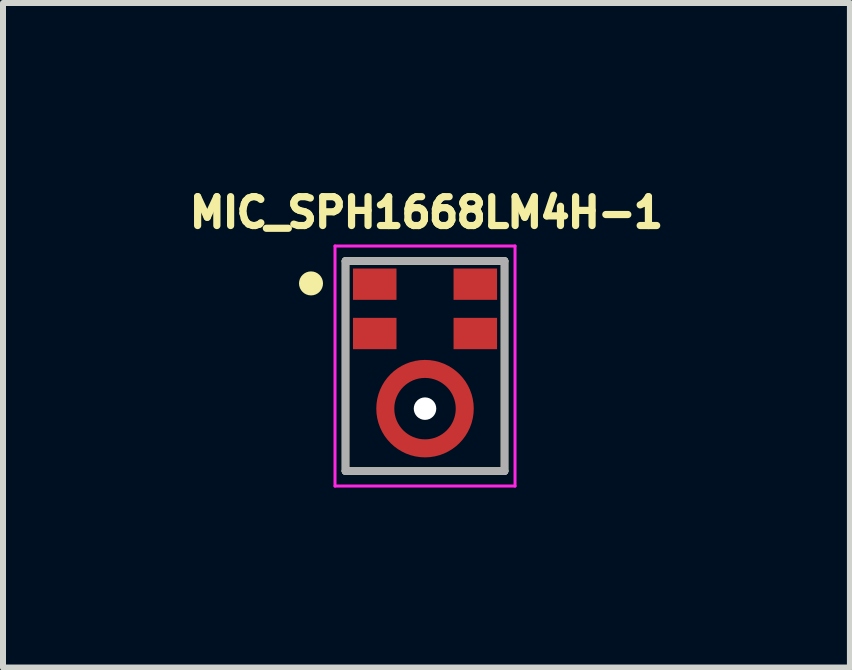
<source format=kicad_pcb>
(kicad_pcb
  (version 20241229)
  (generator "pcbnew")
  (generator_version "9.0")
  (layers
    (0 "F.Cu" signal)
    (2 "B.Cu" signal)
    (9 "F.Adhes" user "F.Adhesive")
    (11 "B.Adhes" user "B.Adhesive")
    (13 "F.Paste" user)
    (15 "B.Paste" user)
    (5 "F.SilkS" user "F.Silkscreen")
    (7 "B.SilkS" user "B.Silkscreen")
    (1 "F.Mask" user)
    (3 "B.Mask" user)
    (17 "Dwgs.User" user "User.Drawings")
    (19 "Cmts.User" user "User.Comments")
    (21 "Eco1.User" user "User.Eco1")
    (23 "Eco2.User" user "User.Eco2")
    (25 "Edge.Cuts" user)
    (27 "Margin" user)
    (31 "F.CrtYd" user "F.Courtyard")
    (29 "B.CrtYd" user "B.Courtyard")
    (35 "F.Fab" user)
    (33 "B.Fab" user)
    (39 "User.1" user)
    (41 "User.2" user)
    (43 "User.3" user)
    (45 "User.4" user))
  (footprint "MIC_SPH1668LM4H-1"
    (layer "F.Cu")
    (at 4.033 3.05)
    (property "Reference" "MIC_SPH1668LM4H-1" (at 0.024 -2.558 0) (layer "F.SilkS") (effects (font (size 0.481 0.481) (thickness 0.12))))
    (attr smd)
    (fp_circle (center 0 0.71) (end 0.662 0.71) (stroke (width 0.3) (type solid)) (fill no) (layer "F.Cu"))
    (fp_line (start -1.325 -1.75) (end -1.325 1.75) (stroke (width 0.127) (type solid)) (layer "F.SilkS"))
    (fp_line (start -1.325 1.75) (end 1.325 1.75) (stroke (width 0.127) (type solid)) (layer "F.SilkS"))
    (fp_line (start 1.325 -1.75) (end -1.325 -1.75) (stroke (width 0.127) (type solid)) (layer "F.SilkS"))
    (fp_line (start 1.325 1.75) (end 1.325 -1.75) (stroke (width 0.127) (type solid)) (layer "F.SilkS"))
    (fp_circle (center -1.9 -1.377) (end -1.8 -1.377) (stroke (width 0.2) (type solid)) (fill no) (layer "F.SilkS"))
    (fp_poly (pts (xy -0.396 1.035) (xy -0.409 1.019) (xy -0.423 0.999) (xy -0.436 0.98) (xy -0.448 0.959) (xy -0.459 0.938) (xy -0.47 0.917) (xy -0.479 0.895) (xy -0.487 0.873) (xy -0.494 0.85) (xy -0.5 0.827) (xy -0.505 0.804) (xy -0.509 0.781) (xy -0.511 0.757) (xy -0.513 0.734) (xy -0.514 0.71) (xy -0.513 0.686) (xy -0.511 0.663) (xy -0.509 0.639) (xy -0.505 0.616) (xy -0.5 0.593) (xy -0.494 0.57) (xy -0.487 0.547) (xy -0.479 0.525) (xy -0.47 0.503) (xy -0.459 0.482) (xy -0.448 0.461) (xy -0.436 0.44) (xy -0.423 0.421) (xy -0.409 0.401) (xy -0.396 0.385) (xy -0.608 0.173) (xy -0.633 0.202) (xy -0.657 0.233) (xy -0.68 0.265) (xy -0.701 0.298) (xy -0.72 0.333) (xy -0.738 0.368) (xy -0.753 0.404) (xy -0.768 0.44) (xy -0.78 0.478) (xy -0.79 0.516) (xy -0.799 0.554) (xy -0.806 0.593) (xy -0.81 0.632) (xy -0.813 0.671) (xy -0.814 0.71) (xy -0.813 0.749) (xy -0.81 0.788) (xy -0.806 0.827) (xy -0.799 0.866) (xy -0.79 0.904) (xy -0.78 0.942) (xy -0.768 0.98) (xy -0.753 1.016) (xy -0.738 1.052) (xy -0.72 1.087) (xy -0.701 1.122) (xy -0.68 1.155) (xy -0.657 1.187) (xy -0.633 1.218) (xy -0.608 1.247) (xy -0.396 1.035) (xy -0.396 1.035)) (stroke (width 0.001) (type solid)) (fill yes) (layer "F.Paste"))
    (fp_poly (pts (xy -0.325 0.314) (xy -0.309 0.301) (xy -0.289 0.287) (xy -0.27 0.274) (xy -0.249 0.262) (xy -0.228 0.251) (xy -0.207 0.24) (xy -0.185 0.231) (xy -0.163 0.223) (xy -0.14 0.216) (xy -0.117 0.21) (xy -0.094 0.205) (xy -0.071 0.201) (xy -0.047 0.199) (xy -0.024 0.197) (xy 0 0.196) (xy 0.024 0.197) (xy 0.047 0.199) (xy 0.071 0.201) (xy 0.094 0.205) (xy 0.117 0.21) (xy 0.14 0.216) (xy 0.163 0.223) (xy 0.185 0.231) (xy 0.207 0.24) (xy 0.228 0.251) (xy 0.249 0.262) (xy 0.27 0.274) (xy 0.289 0.287) (xy 0.309 0.301) (xy 0.325 0.314) (xy 0.537 0.102) (xy 0.508 0.077) (xy 0.477 0.053) (xy 0.445 0.03) (xy 0.412 0.009) (xy 0.377 -0.01) (xy 0.342 -0.028) (xy 0.306 -0.043) (xy 0.27 -0.058) (xy 0.232 -0.07) (xy 0.194 -0.08) (xy 0.156 -0.089) (xy 0.117 -0.096) (xy 0.078 -0.1) (xy 0.039 -0.103) (xy 0 -0.104) (xy -0.039 -0.103) (xy -0.078 -0.1) (xy -0.117 -0.096) (xy -0.156 -0.089) (xy -0.194 -0.08) (xy -0.232 -0.07) (xy -0.27 -0.058) (xy -0.306 -0.043) (xy -0.342 -0.028) (xy -0.377 -0.01) (xy -0.412 0.009) (xy -0.445 0.03) (xy -0.477 0.053) (xy -0.508 0.077) (xy -0.537 0.102) (xy -0.325 0.314) (xy -0.325 0.314)) (stroke (width 0.001) (type solid)) (fill yes) (layer "F.Paste"))
    (fp_poly (pts (xy 0.325 1.106) (xy 0.309 1.119) (xy 0.289 1.133) (xy 0.27 1.146) (xy 0.249 1.158) (xy 0.228 1.169) (xy 0.207 1.18) (xy 0.185 1.189) (xy 0.163 1.197) (xy 0.14 1.204) (xy 0.117 1.21) (xy 0.094 1.215) (xy 0.071 1.219) (xy 0.047 1.221) (xy 0.024 1.223) (xy 0 1.224) (xy -0.024 1.223) (xy -0.047 1.221) (xy -0.071 1.219) (xy -0.094 1.215) (xy -0.117 1.21) (xy -0.14 1.204) (xy -0.163 1.197) (xy -0.185 1.189) (xy -0.207 1.18) (xy -0.228 1.169) (xy -0.249 1.158) (xy -0.27 1.146) (xy -0.289 1.133) (xy -0.309 1.119) (xy -0.325 1.106) (xy -0.537 1.318) (xy -0.508 1.343) (xy -0.477 1.367) (xy -0.445 1.39) (xy -0.412 1.411) (xy -0.377 1.43) (xy -0.342 1.448) (xy -0.306 1.463) (xy -0.27 1.478) (xy -0.232 1.49) (xy -0.194 1.5) (xy -0.156 1.509) (xy -0.117 1.516) (xy -0.078 1.52) (xy -0.039 1.523) (xy 0 1.524) (xy 0.039 1.523) (xy 0.078 1.52) (xy 0.117 1.516) (xy 0.156 1.509) (xy 0.194 1.5) (xy 0.232 1.49) (xy 0.27 1.478) (xy 0.306 1.463) (xy 0.342 1.448) (xy 0.377 1.43) (xy 0.412 1.411) (xy 0.445 1.39) (xy 0.477 1.367) (xy 0.508 1.343) (xy 0.537 1.318) (xy 0.325 1.106) (xy 0.325 1.106)) (stroke (width 0.001) (type solid)) (fill yes) (layer "F.Paste"))
    (fp_poly (pts (xy 0.396 0.385) (xy 0.409 0.401) (xy 0.423 0.421) (xy 0.436 0.44) (xy 0.448 0.461) (xy 0.459 0.482) (xy 0.47 0.503) (xy 0.479 0.525) (xy 0.487 0.547) (xy 0.494 0.57) (xy 0.5 0.593) (xy 0.505 0.616) (xy 0.509 0.639) (xy 0.511 0.663) (xy 0.513 0.686) (xy 0.514 0.71) (xy 0.513 0.734) (xy 0.511 0.757) (xy 0.509 0.781) (xy 0.505 0.804) (xy 0.5 0.827) (xy 0.494 0.85) (xy 0.487 0.873) (xy 0.479 0.895) (xy 0.47 0.917) (xy 0.459 0.938) (xy 0.448 0.959) (xy 0.436 0.98) (xy 0.423 0.999) (xy 0.409 1.019) (xy 0.396 1.035) (xy 0.608 1.247) (xy 0.633 1.218) (xy 0.657 1.187) (xy 0.68 1.155) (xy 0.701 1.122) (xy 0.72 1.087) (xy 0.738 1.052) (xy 0.753 1.016) (xy 0.768 0.98) (xy 0.78 0.942) (xy 0.79 0.904) (xy 0.799 0.866) (xy 0.806 0.827) (xy 0.81 0.788) (xy 0.813 0.749) (xy 0.814 0.71) (xy 0.813 0.671) (xy 0.81 0.632) (xy 0.806 0.593) (xy 0.799 0.554) (xy 0.79 0.516) (xy 0.78 0.478) (xy 0.768 0.44) (xy 0.753 0.404) (xy 0.738 0.368) (xy 0.72 0.333) (xy 0.701 0.298) (xy 0.68 0.265) (xy 0.657 0.233) (xy 0.633 0.202) (xy 0.608 0.173) (xy 0.396 0.385) (xy 0.396 0.385)) (stroke (width 0.001) (type solid)) (fill yes) (layer "F.Paste"))
    (fp_line (start -1.5 -2) (end -1.5 2) (stroke (width 0.05) (type solid)) (layer "F.CrtYd"))
    (fp_line (start -1.5 2) (end 1.5 2) (stroke (width 0.05) (type solid)) (layer "F.CrtYd"))
    (fp_line (start 1.5 -2) (end -1.5 -2) (stroke (width 0.05) (type solid)) (layer "F.CrtYd"))
    (fp_line (start 1.5 2) (end 1.5 -2) (stroke (width 0.05) (type solid)) (layer "F.CrtYd"))
    (fp_line (start -1.325 -1.75) (end -1.325 1.75) (stroke (width 0.127) (type solid)) (layer "F.Fab"))
    (fp_line (start -1.325 1.75) (end 1.325 1.75) (stroke (width 0.127) (type solid)) (layer "F.Fab"))
    (fp_line (start 1.325 -1.75) (end -1.325 -1.75) (stroke (width 0.127) (type solid)) (layer "F.Fab"))
    (fp_line (start 1.325 1.75) (end 1.325 -1.75) (stroke (width 0.127) (type solid)) (layer "F.Fab"))
    (pad "" np_thru_hole circle (at 0 0.71) (size 0.375 0.375) (drill 0.375) (layers "*.Cu" "*.Mask"))
    (pad "1" smd rect (at -0.838 -1.364) (size 0.725 0.522) (layers "F.Cu" "F.Mask" "F.Paste"))
    (pad "2" smd rect (at -0.838 -0.542) (size 0.725 0.522) (layers "F.Cu" "F.Mask" "F.Paste"))
    (pad "3" smd rect (at -0.657 0.715) (size 0.1 0.1) (layers "F.Cu"))
    (pad "4" smd rect (at 0.838 -0.542) (size 0.725 0.522) (layers "F.Cu" "F.Mask" "F.Paste"))
    (pad "5" smd rect (at 0.838 -1.364) (size 0.725 0.522) (layers "F.Cu" "F.Mask" "F.Paste")))
  (gr_rect
    (start -3 -3)
    (end 11.114 8.075)
    (stroke (width 0.1) (type default))
    (fill no)
    (layer "Edge.Cuts")))
</source>
